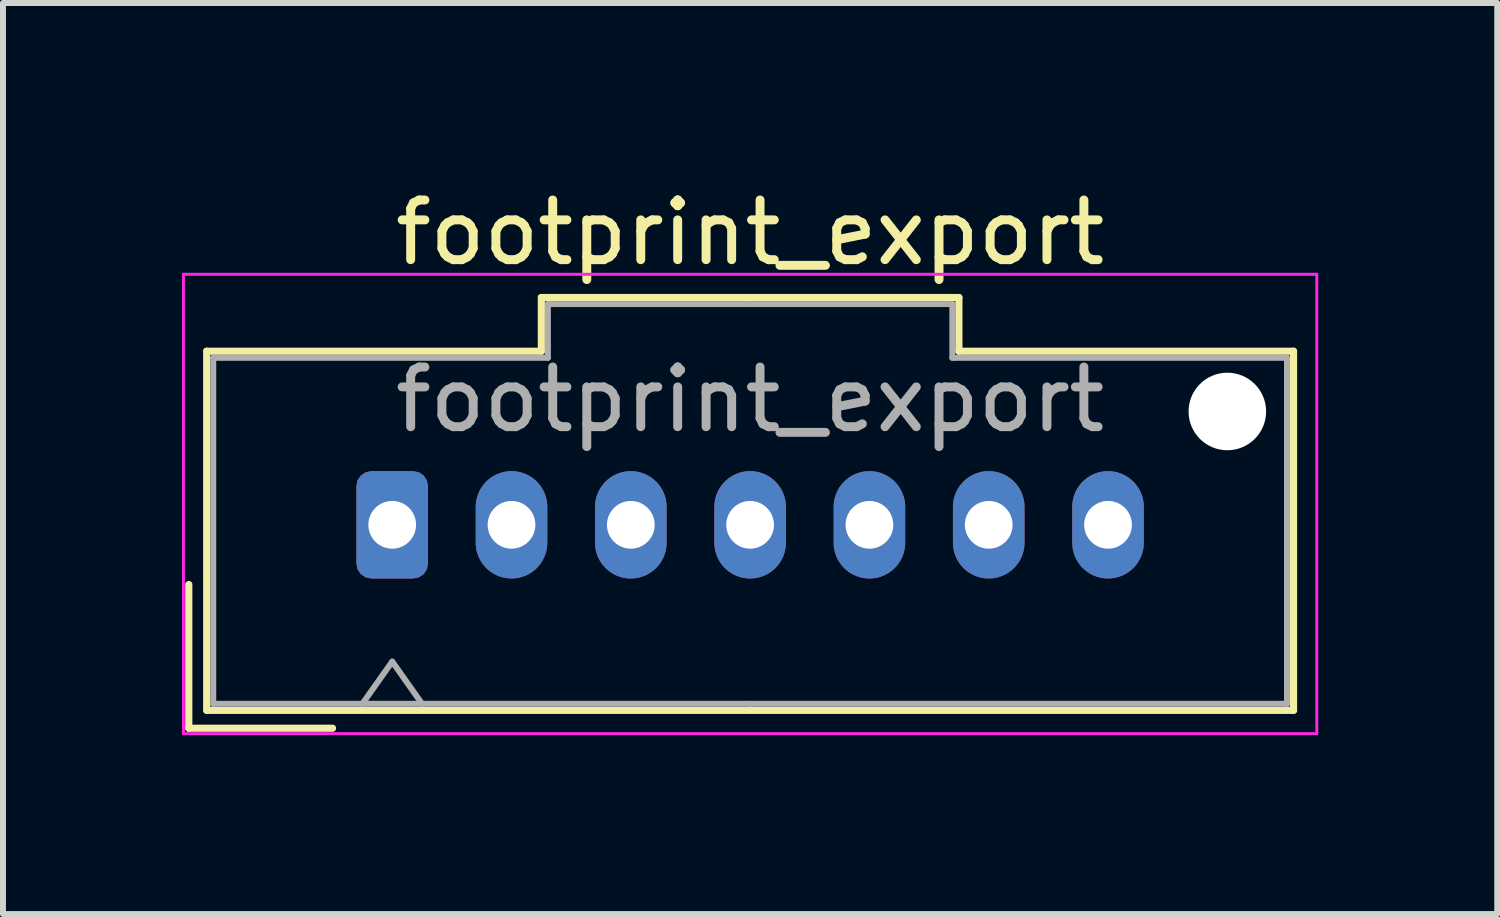
<source format=kicad_pcb>
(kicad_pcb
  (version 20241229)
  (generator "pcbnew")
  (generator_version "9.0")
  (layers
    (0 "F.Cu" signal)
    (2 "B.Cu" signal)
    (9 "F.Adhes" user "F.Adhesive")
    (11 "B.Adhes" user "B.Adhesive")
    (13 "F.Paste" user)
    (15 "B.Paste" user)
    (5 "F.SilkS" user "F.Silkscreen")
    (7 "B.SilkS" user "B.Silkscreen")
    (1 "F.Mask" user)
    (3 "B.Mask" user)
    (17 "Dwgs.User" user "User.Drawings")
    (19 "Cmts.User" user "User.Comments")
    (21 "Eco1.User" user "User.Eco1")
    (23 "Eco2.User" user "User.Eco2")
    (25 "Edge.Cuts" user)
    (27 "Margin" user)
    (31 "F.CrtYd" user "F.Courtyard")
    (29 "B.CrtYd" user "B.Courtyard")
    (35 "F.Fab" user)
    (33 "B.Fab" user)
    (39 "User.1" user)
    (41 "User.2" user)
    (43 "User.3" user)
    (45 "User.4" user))
  (footprint "footprint_export"
    (layer "F.Cu")
    (at 3.525 5.748)
    (property "Reference" "footprint_export" (at 6 -4.9 0) (layer "F.SilkS") (effects (font (size 1 1) (thickness 0.15))))
    (attr through_hole)
    (fp_line (start -3.41 1) (end -3.41 3.41) (stroke (width 0.12) (type solid)) (layer "F.SilkS"))
    (fp_line (start -3.41 3.41) (end -1 3.41) (stroke (width 0.12) (type solid)) (layer "F.SilkS"))
    (fp_line (start -3.11 -2.91) (end -3.11 3.11) (stroke (width 0.12) (type solid)) (layer "F.SilkS"))
    (fp_line (start -3.11 3.11) (end 6 3.11) (stroke (width 0.12) (type solid)) (layer "F.SilkS"))
    (fp_line (start 2.5 -3.81) (end 2.5 -2.91) (stroke (width 0.12) (type solid)) (layer "F.SilkS"))
    (fp_line (start 2.5 -2.91) (end -3.11 -2.91) (stroke (width 0.12) (type solid)) (layer "F.SilkS"))
    (fp_line (start 6 -3.81) (end 2.5 -3.81) (stroke (width 0.12) (type solid)) (layer "F.SilkS"))
    (fp_line (start 6 -3.81) (end 9.5 -3.81) (stroke (width 0.12) (type solid)) (layer "F.SilkS"))
    (fp_line (start 9.5 -3.81) (end 9.5 -2.91) (stroke (width 0.12) (type solid)) (layer "F.SilkS"))
    (fp_line (start 9.5 -2.91) (end 15.11 -2.91) (stroke (width 0.12) (type solid)) (layer "F.SilkS"))
    (fp_line (start 15.11 -2.91) (end 15.11 3.11) (stroke (width 0.12) (type solid)) (layer "F.SilkS"))
    (fp_line (start 15.11 3.11) (end 6 3.11) (stroke (width 0.12) (type solid)) (layer "F.SilkS"))
    (fp_line (start -3.5 -4.2) (end -3.5 3.5) (stroke (width 0.05) (type solid)) (layer "F.CrtYd"))
    (fp_line (start -3.5 3.5) (end 15.5 3.5) (stroke (width 0.05) (type solid)) (layer "F.CrtYd"))
    (fp_line (start 15.5 -4.2) (end -3.5 -4.2) (stroke (width 0.05) (type solid)) (layer "F.CrtYd"))
    (fp_line (start 15.5 3.5) (end 15.5 -4.2) (stroke (width 0.05) (type solid)) (layer "F.CrtYd"))
    (fp_line (start -3 -2.8) (end -3 3) (stroke (width 0.1) (type solid)) (layer "F.Fab"))
    (fp_line (start -3 3) (end 6 3) (stroke (width 0.1) (type solid)) (layer "F.Fab"))
    (fp_line (start -0.5 3) (end 0 2.293) (stroke (width 0.1) (type solid)) (layer "F.Fab"))
    (fp_line (start 0 2.293) (end 0.5 3) (stroke (width 0.1) (type solid)) (layer "F.Fab"))
    (fp_line (start 2.61 -3.7) (end 2.61 -2.8) (stroke (width 0.1) (type solid)) (layer "F.Fab"))
    (fp_line (start 2.61 -2.8) (end -3 -2.8) (stroke (width 0.1) (type solid)) (layer "F.Fab"))
    (fp_line (start 6 -3.7) (end 2.61 -3.7) (stroke (width 0.1) (type solid)) (layer "F.Fab"))
    (fp_line (start 6 -3.7) (end 9.39 -3.7) (stroke (width 0.1) (type solid)) (layer "F.Fab"))
    (fp_line (start 9.39 -3.7) (end 9.39 -2.8) (stroke (width 0.1) (type solid)) (layer "F.Fab"))
    (fp_line (start 9.39 -2.8) (end 15 -2.8) (stroke (width 0.1) (type solid)) (layer "F.Fab"))
    (fp_line (start 15 -2.8) (end 15 3) (stroke (width 0.1) (type solid)) (layer "F.Fab"))
    (fp_line (start 15 3) (end 6 3) (stroke (width 0.1) (type solid)) (layer "F.Fab"))
    (fp_text user "${REFERENCE}" (at 6 -2.1 0) (layer "F.Fab") (effects (font (size 1 1) (thickness 0.15))))
    (pad "" np_thru_hole circle (at 14 -1.9) (size 1.3 1.3) (drill 1.3) (layers "*.Cu" "*.Mask"))
    (pad "1" thru_hole roundrect (at 0 0) (size 1.2 1.8) (drill 0.8) (layers "*.Cu" "*.Mask") (roundrect_rratio 0.208))
    (pad "2" thru_hole oval (at 2 0) (size 1.2 1.8) (drill 0.8) (layers "*.Cu" "*.Mask"))
    (pad "3" thru_hole oval (at 4 0) (size 1.2 1.8) (drill 0.8) (layers "*.Cu" "*.Mask"))
    (pad "4" thru_hole oval (at 6 0) (size 1.2 1.8) (drill 0.8) (layers "*.Cu" "*.Mask"))
    (pad "5" thru_hole oval (at 8 0) (size 1.2 1.8) (drill 0.8) (layers "*.Cu" "*.Mask"))
    (pad "6" thru_hole oval (at 10 0) (size 1.2 1.8) (drill 0.8) (layers "*.Cu" "*.Mask"))
    (pad "7" thru_hole oval (at 12 0) (size 1.2 1.8) (drill 0.8) (layers "*.Cu" "*.Mask")))
  (gr_rect
    (start -3 -3)
    (end 22.05 12.273)
    (stroke (width 0.1) (type default))
    (fill no)
    (layer "Edge.Cuts")))
</source>
